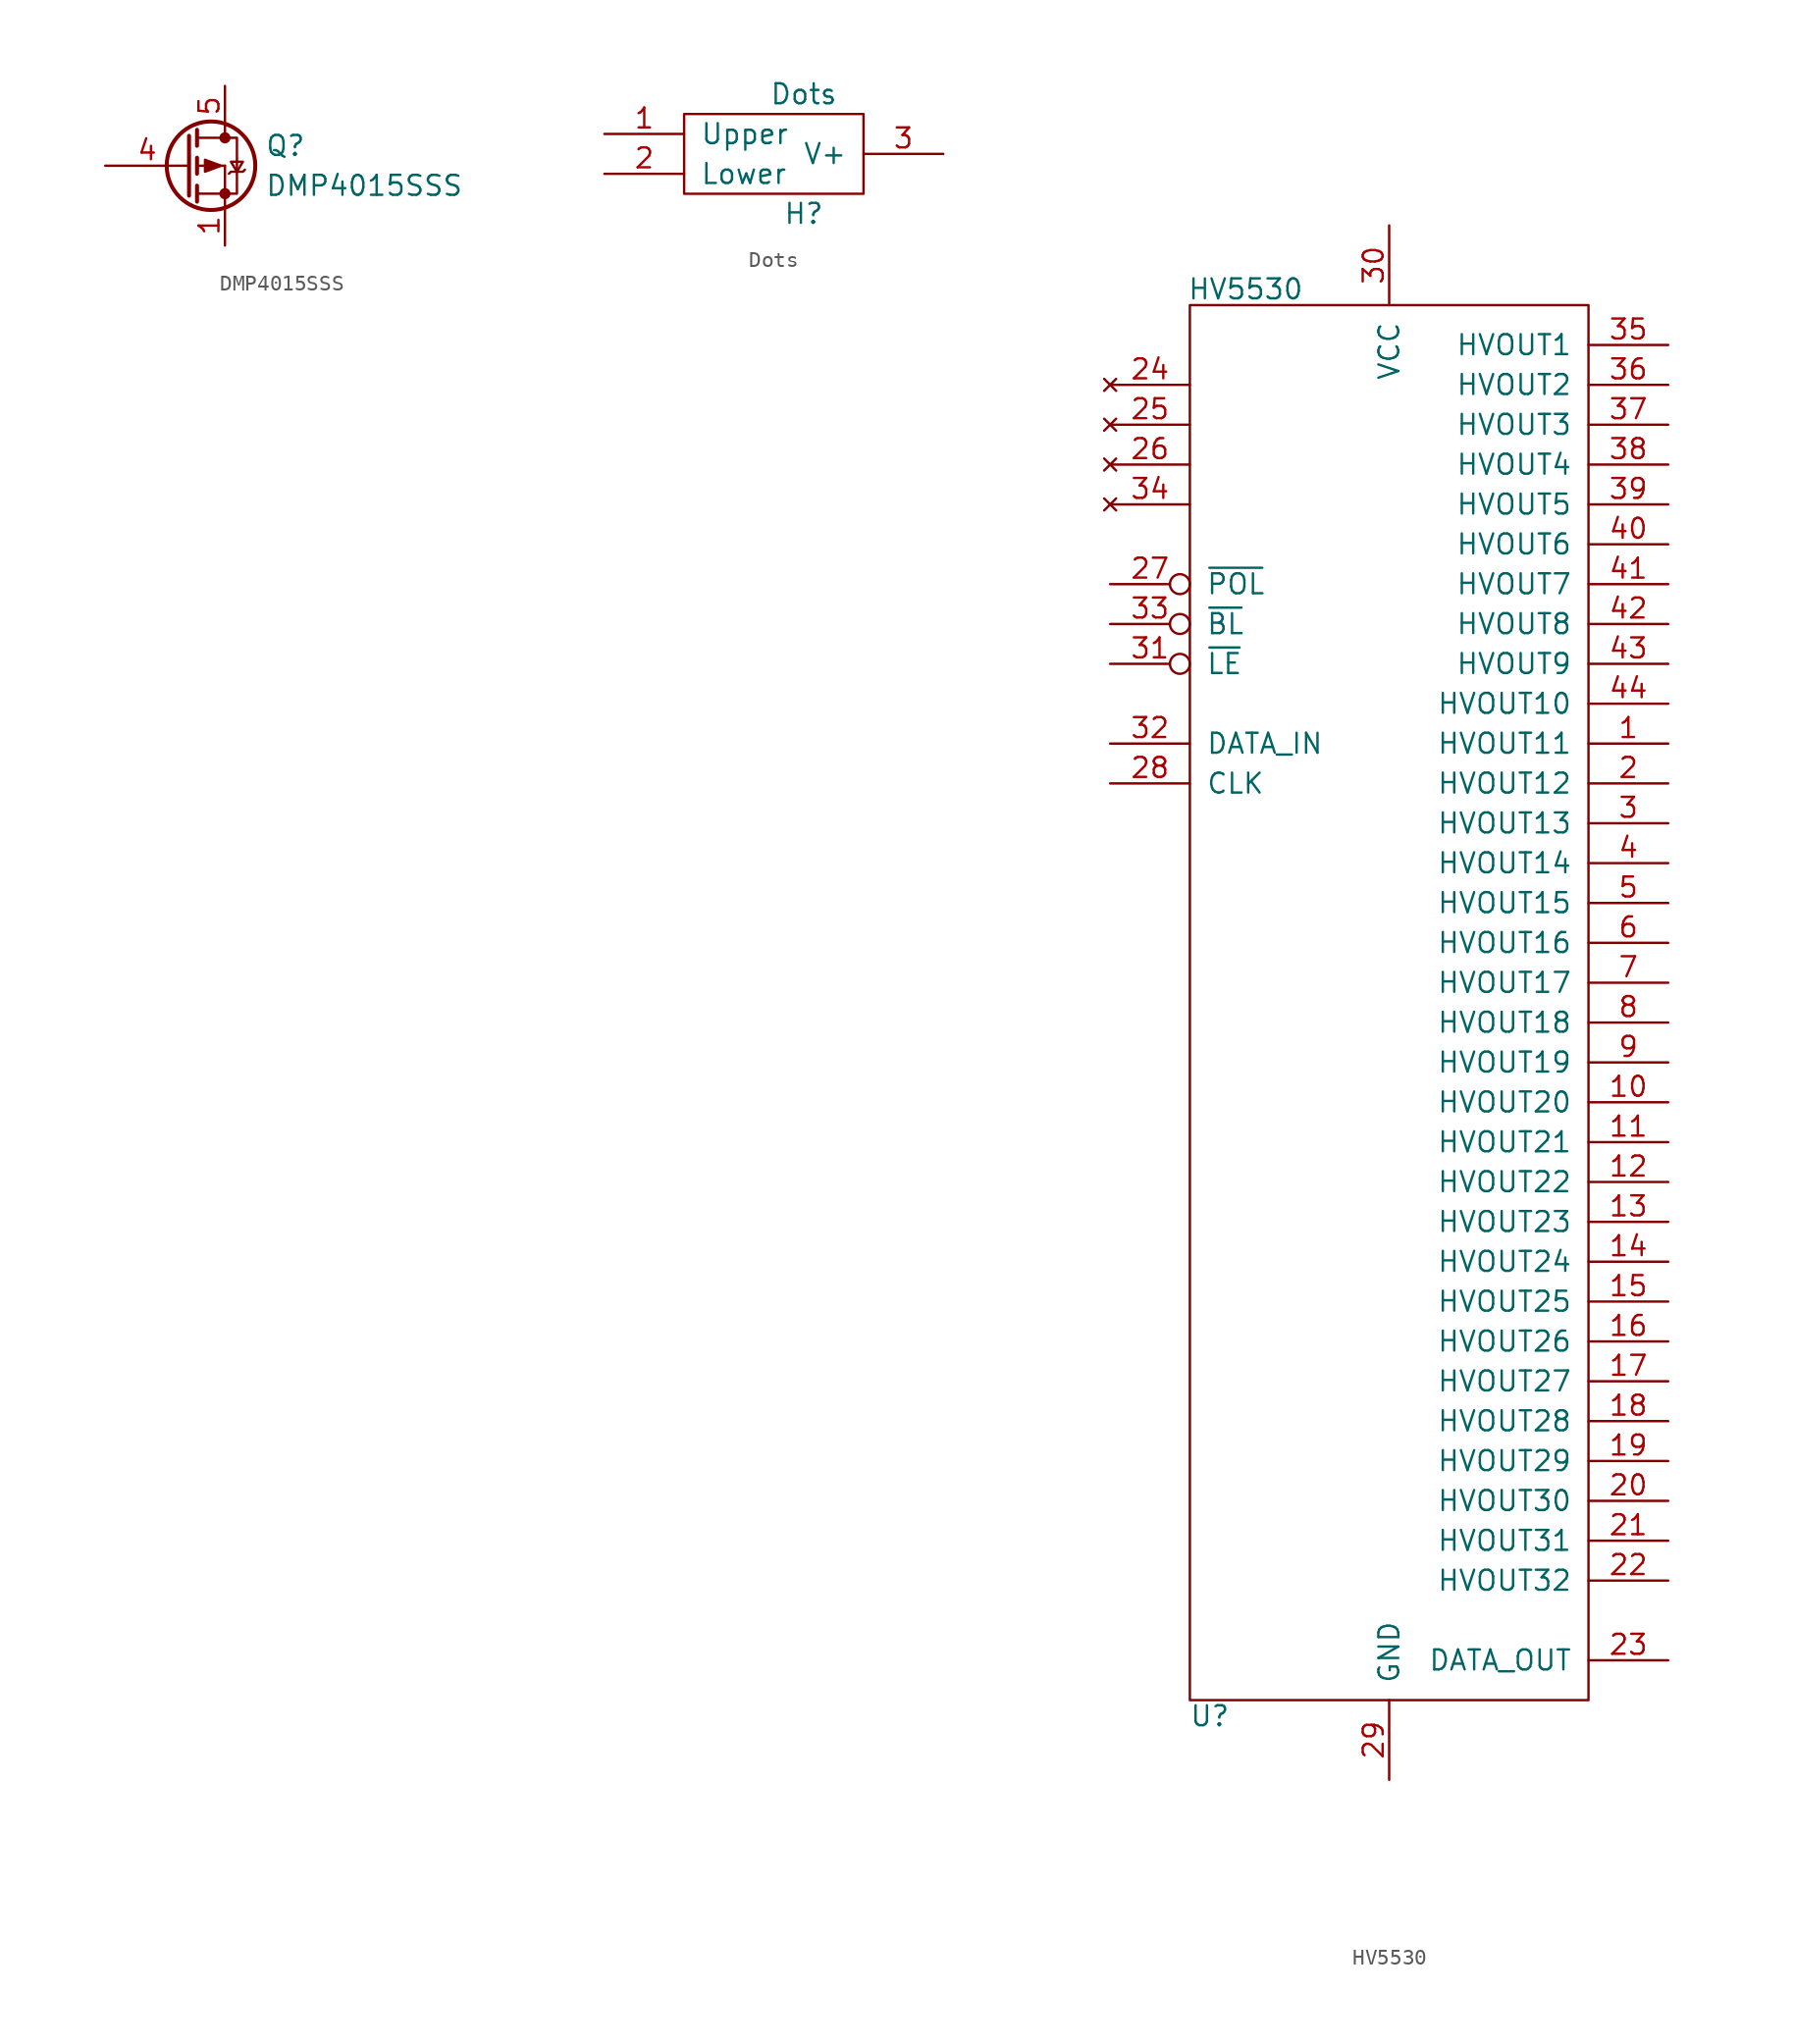
<source format=kicad_sym>
(kicad_symbol_lib
  (version 20231120)
  (generator "kicad_symbol_editor")
  (generator_version "8.0")
  (symbol "DMP4015SSS"
    (pin_names
      (offset 0) hide)
    (property "Reference" "Q"
      (at 5.08 1.27 0)
      (effects (font (size 1.27 1.27)) (justify left)))
    (property "Value" "DMP4015SSS"
      (at 5.08 -1.27 0)
      (effects (font (size 1.27 1.27)) (justify left)))
    (symbol "DMP4015SSS_0_1"
      (polyline (pts (xy 0.762 -1.778) (xy 2.54 -1.778)) (stroke (width 0) (type solid)) (fill (type none)))
      (polyline (pts (xy 0.762 -1.27) (xy 0.762 -2.286)) (stroke (width 0.254) (type solid)) (fill (type none)))
      (polyline (pts (xy 0.762 0) (xy 2.54 0)) (stroke (width 0) (type solid)) (fill (type none)))
      (polyline (pts (xy 0.762 0.508) (xy 0.762 -0.508)) (stroke (width 0.254) (type solid)) (fill (type none)))
      (polyline (pts (xy 0.762 1.778) (xy 2.54 1.778)) (stroke (width 0) (type solid)) (fill (type none)))
      (polyline (pts (xy 0.762 2.286) (xy 0.762 1.27)) (stroke (width 0.254) (type solid)) (fill (type none)))
      (polyline (pts (xy 2.54 -1.778) (xy 2.54 -2.54)) (stroke (width 0) (type solid)) (fill (type none)))
      (polyline (pts (xy 2.54 -1.778) (xy 2.54 0)) (stroke (width 0) (type solid)) (fill (type none)))
      (polyline (pts (xy 2.54 2.54) (xy 2.54 1.778)) (stroke (width 0) (type solid)) (fill (type none)))
      (polyline (pts (xy 0.254 1.905) (xy 0.254 -1.905) (xy 0.254 -1.905)) (stroke (width 0.254) (type solid)) (fill (type none)))
      (polyline (pts (xy 2.286 0) (xy 1.27 -0.381) (xy 1.27 0.381) (xy 2.286 0)) (stroke (width 0) (type solid)) (fill (type outline)))
      (polyline (pts (xy 2.54 -1.778) (xy 3.302 -1.778) (xy 3.302 1.778) (xy 2.54 1.778)) (stroke (width 0) (type solid)) (fill (type none)))
      (polyline (pts (xy 2.794 -0.508) (xy 2.921 -0.381) (xy 3.683 -0.381) (xy 3.81 -0.254)) (stroke (width 0) (type solid)) (fill (type none)))
      (polyline (pts (xy 3.302 -0.381) (xy 2.921 0.254) (xy 3.683 0.254) (xy 3.302 -0.381)) (stroke (width 0) (type solid)) (fill (type none)))
      (circle (center 1.651 0) (radius 2.819) (stroke (width 0.254) (type solid)) (fill (type none)))
      (circle (center 2.54 -1.778) (radius 0.279) (stroke (width 0) (type solid)) (fill (type outline)))
      (circle (center 2.54 1.778) (radius 0.279) (stroke (width 0) (type solid)) (fill (type outline))))
    (symbol "DMP4015SSS_1_1"
      (pin passive line (at 2.54 -5.08 90) (length 2.54) (name "S" (effects (font (size 1.27 1.27)))) (number "1" (effects (font (size 1.27 1.27)))))
      (pin passive line (at 2.54 -5.08 90) (length 2.54) hide (name "S" (effects (font (size 1.27 1.27)))) (number "2" (effects (font (size 1.27 1.27)))))
      (pin passive line (at 2.54 -5.08 90) (length 2.54) hide (name "S" (effects (font (size 1.27 1.27)))) (number "3" (effects (font (size 1.27 1.27)))))
      (pin input line (at -5.08 0 0) (length 5.334) (name "G" (effects (font (size 1.27 1.27)))) (number "4" (effects (font (size 1.27 1.27)))))
      (pin passive line (at 2.54 5.08 270) (length 2.54) (name "D" (effects (font (size 1.27 1.27)))) (number "5" (effects (font (size 1.27 1.27)))))
      (pin passive line (at 2.54 5.08 270) (length 2.54) hide (name "D" (effects (font (size 1.27 1.27)))) (number "6" (effects (font (size 1.27 1.27)))))
      (pin passive line (at 2.54 5.08 270) (length 2.54) hide (name "D" (effects (font (size 1.27 1.27)))) (number "7" (effects (font (size 1.27 1.27)))))
      (pin passive line (at 2.54 5.08 270) (length 2.54) hide (name "D" (effects (font (size 1.27 1.27)))) (number "8" (effects (font (size 1.27 1.27)))))))
  (symbol "Dots"
    (pin_names
      (offset 1.016))
    (property "Reference" "H"
      (at 2.54 -3.81 0)
      (effects (font (size 1.27 1.27))))
    (property "Value" "Dots"
      (at 2.54 3.81 0)
      (effects (font (size 1.27 1.27))))
    (symbol "Dots_0_1"
      (rectangle (start -5.08 -2.54) (end 6.35 2.54) (stroke (width 0) (type solid)) (fill (type none))))
    (symbol "Dots_1_1"
      (pin passive line (at -10.16 1.27 0) (length 5.08) (name "Upper" (effects (font (size 1.27 1.27)))) (number "1" (effects (font (size 1.27 1.27)))))
      (pin passive line (at -10.16 -1.27 0) (length 5.08) (name "Lower" (effects (font (size 1.27 1.27)))) (number "2" (effects (font (size 1.27 1.27)))))
      (pin passive line (at 11.43 0 180) (length 5.08) (name "V+" (effects (font (size 1.27 1.27)))) (number "3" (effects (font (size 1.27 1.27)))))))
  (symbol "HV5530"
    (pin_names
      (offset 1.016))
    (property "Reference" "U"
      (at -11.43 -46.736 0)
      (effects (font (size 1.27 1.27))))
    (property "Value" "HV5530"
      (at -9.144 44.196 0)
      (effects (font (size 1.27 1.27))))
    (symbol "HV5530_0_1"
      (rectangle (start 12.7 -45.72) (end -12.7 43.18) (stroke (width 0) (type solid)) (fill (type none))))
    (symbol "HV5530_1_1"
      (pin open_collector line (at 17.78 15.24 180) (length 5.08) (name "HVOUT11" (effects (font (size 1.27 1.27)))) (number "1" (effects (font (size 1.27 1.27)))))
      (pin open_collector line (at 17.78 -7.62 180) (length 5.08) (name "HVOUT20" (effects (font (size 1.27 1.27)))) (number "10" (effects (font (size 1.27 1.27)))))
      (pin open_collector line (at 17.78 -10.16 180) (length 5.08) (name "HVOUT21" (effects (font (size 1.27 1.27)))) (number "11" (effects (font (size 1.27 1.27)))))
      (pin open_collector line (at 17.78 -12.7 180) (length 5.08) (name "HVOUT22" (effects (font (size 1.27 1.27)))) (number "12" (effects (font (size 1.27 1.27)))))
      (pin open_collector line (at 17.78 -15.24 180) (length 5.08) (name "HVOUT23" (effects (font (size 1.27 1.27)))) (number "13" (effects (font (size 1.27 1.27)))))
      (pin open_collector line (at 17.78 -17.78 180) (length 5.08) (name "HVOUT24" (effects (font (size 1.27 1.27)))) (number "14" (effects (font (size 1.27 1.27)))))
      (pin open_collector line (at 17.78 -20.32 180) (length 5.08) (name "HVOUT25" (effects (font (size 1.27 1.27)))) (number "15" (effects (font (size 1.27 1.27)))))
      (pin open_collector line (at 17.78 -22.86 180) (length 5.08) (name "HVOUT26" (effects (font (size 1.27 1.27)))) (number "16" (effects (font (size 1.27 1.27)))))
      (pin open_collector line (at 17.78 -25.4 180) (length 5.08) (name "HVOUT27" (effects (font (size 1.27 1.27)))) (number "17" (effects (font (size 1.27 1.27)))))
      (pin open_collector line (at 17.78 -27.94 180) (length 5.08) (name "HVOUT28" (effects (font (size 1.27 1.27)))) (number "18" (effects (font (size 1.27 1.27)))))
      (pin open_collector line (at 17.78 -30.48 180) (length 5.08) (name "HVOUT29" (effects (font (size 1.27 1.27)))) (number "19" (effects (font (size 1.27 1.27)))))
      (pin open_collector line (at 17.78 12.7 180) (length 5.08) (name "HVOUT12" (effects (font (size 1.27 1.27)))) (number "2" (effects (font (size 1.27 1.27)))))
      (pin open_collector line (at 17.78 -33.02 180) (length 5.08) (name "HVOUT30" (effects (font (size 1.27 1.27)))) (number "20" (effects (font (size 1.27 1.27)))))
      (pin open_collector line (at 17.78 -35.56 180) (length 5.08) (name "HVOUT31" (effects (font (size 1.27 1.27)))) (number "21" (effects (font (size 1.27 1.27)))))
      (pin open_collector line (at 17.78 -38.1 180) (length 5.08) (name "HVOUT32" (effects (font (size 1.27 1.27)))) (number "22" (effects (font (size 1.27 1.27)))))
      (pin output line (at 17.78 -43.18 180) (length 5.08) (name "DATA_OUT" (effects (font (size 1.27 1.27)))) (number "23" (effects (font (size 1.27 1.27)))))
      (pin no_connect line (at -17.78 38.1 0) (length 5.08) (name "~" (effects (font (size 1.27 1.27)))) (number "24" (effects (font (size 1.27 1.27)))))
      (pin no_connect line (at -17.78 35.56 0) (length 5.08) (name "~" (effects (font (size 1.27 1.27)))) (number "25" (effects (font (size 1.27 1.27)))))
      (pin no_connect line (at -17.78 33.02 0) (length 5.08) (name "~" (effects (font (size 1.27 1.27)))) (number "26" (effects (font (size 1.27 1.27)))))
      (pin input inverted (at -17.78 25.4 0) (length 5.08) (name "~{POL}" (effects (font (size 1.27 1.27)))) (number "27" (effects (font (size 1.27 1.27)))))
      (pin input line (at -17.78 12.7 0) (length 5.08) (name "CLK" (effects (font (size 1.27 1.27)))) (number "28" (effects (font (size 1.27 1.27)))))
      (pin power_in line (at 0 -50.8 90) (length 5.08) (name "GND" (effects (font (size 1.27 1.27)))) (number "29" (effects (font (size 1.27 1.27)))))
      (pin open_collector line (at 17.78 10.16 180) (length 5.08) (name "HVOUT13" (effects (font (size 1.27 1.27)))) (number "3" (effects (font (size 1.27 1.27)))))
      (pin power_in line (at 0 48.26 270) (length 5.08) (name "VCC" (effects (font (size 1.27 1.27)))) (number "30" (effects (font (size 1.27 1.27)))))
      (pin input inverted (at -17.78 20.32 0) (length 5.08) (name "~{LE}" (effects (font (size 1.27 1.27)))) (number "31" (effects (font (size 1.27 1.27)))))
      (pin input line (at -17.78 15.24 0) (length 5.08) (name "DATA_IN" (effects (font (size 1.27 1.27)))) (number "32" (effects (font (size 1.27 1.27)))))
      (pin input inverted (at -17.78 22.86 0) (length 5.08) (name "~{BL}" (effects (font (size 1.27 1.27)))) (number "33" (effects (font (size 1.27 1.27)))))
      (pin no_connect line (at -17.78 30.48 0) (length 5.08) (name "~" (effects (font (size 1.27 1.27)))) (number "34" (effects (font (size 1.27 1.27)))))
      (pin open_collector line (at 17.78 40.64 180) (length 5.08) (name "HVOUT1" (effects (font (size 1.27 1.27)))) (number "35" (effects (font (size 1.27 1.27)))))
      (pin open_collector line (at 17.78 38.1 180) (length 5.08) (name "HVOUT2" (effects (font (size 1.27 1.27)))) (number "36" (effects (font (size 1.27 1.27)))))
      (pin open_collector line (at 17.78 35.56 180) (length 5.08) (name "HVOUT3" (effects (font (size 1.27 1.27)))) (number "37" (effects (font (size 1.27 1.27)))))
      (pin open_collector line (at 17.78 33.02 180) (length 5.08) (name "HVOUT4" (effects (font (size 1.27 1.27)))) (number "38" (effects (font (size 1.27 1.27)))))
      (pin open_collector line (at 17.78 30.48 180) (length 5.08) (name "HVOUT5" (effects (font (size 1.27 1.27)))) (number "39" (effects (font (size 1.27 1.27)))))
      (pin open_collector line (at 17.78 7.62 180) (length 5.08) (name "HVOUT14" (effects (font (size 1.27 1.27)))) (number "4" (effects (font (size 1.27 1.27)))))
      (pin open_collector line (at 17.78 27.94 180) (length 5.08) (name "HVOUT6" (effects (font (size 1.27 1.27)))) (number "40" (effects (font (size 1.27 1.27)))))
      (pin open_collector line (at 17.78 25.4 180) (length 5.08) (name "HVOUT7" (effects (font (size 1.27 1.27)))) (number "41" (effects (font (size 1.27 1.27)))))
      (pin open_collector line (at 17.78 22.86 180) (length 5.08) (name "HVOUT8" (effects (font (size 1.27 1.27)))) (number "42" (effects (font (size 1.27 1.27)))))
      (pin open_collector line (at 17.78 20.32 180) (length 5.08) (name "HVOUT9" (effects (font (size 1.27 1.27)))) (number "43" (effects (font (size 1.27 1.27)))))
      (pin open_collector line (at 17.78 17.78 180) (length 5.08) (name "HVOUT10" (effects (font (size 1.27 1.27)))) (number "44" (effects (font (size 1.27 1.27)))))
      (pin open_collector line (at 17.78 5.08 180) (length 5.08) (name "HVOUT15" (effects (font (size 1.27 1.27)))) (number "5" (effects (font (size 1.27 1.27)))))
      (pin open_collector line (at 17.78 2.54 180) (length 5.08) (name "HVOUT16" (effects (font (size 1.27 1.27)))) (number "6" (effects (font (size 1.27 1.27)))))
      (pin open_collector line (at 17.78 0 180) (length 5.08) (name "HVOUT17" (effects (font (size 1.27 1.27)))) (number "7" (effects (font (size 1.27 1.27)))))
      (pin open_collector line (at 17.78 -2.54 180) (length 5.08) (name "HVOUT18" (effects (font (size 1.27 1.27)))) (number "8" (effects (font (size 1.27 1.27)))))
      (pin open_collector line (at 17.78 -5.08 180) (length 5.08) (name "HVOUT19" (effects (font (size 1.27 1.27)))) (number "9" (effects (font (size 1.27 1.27))))))))
</source>
